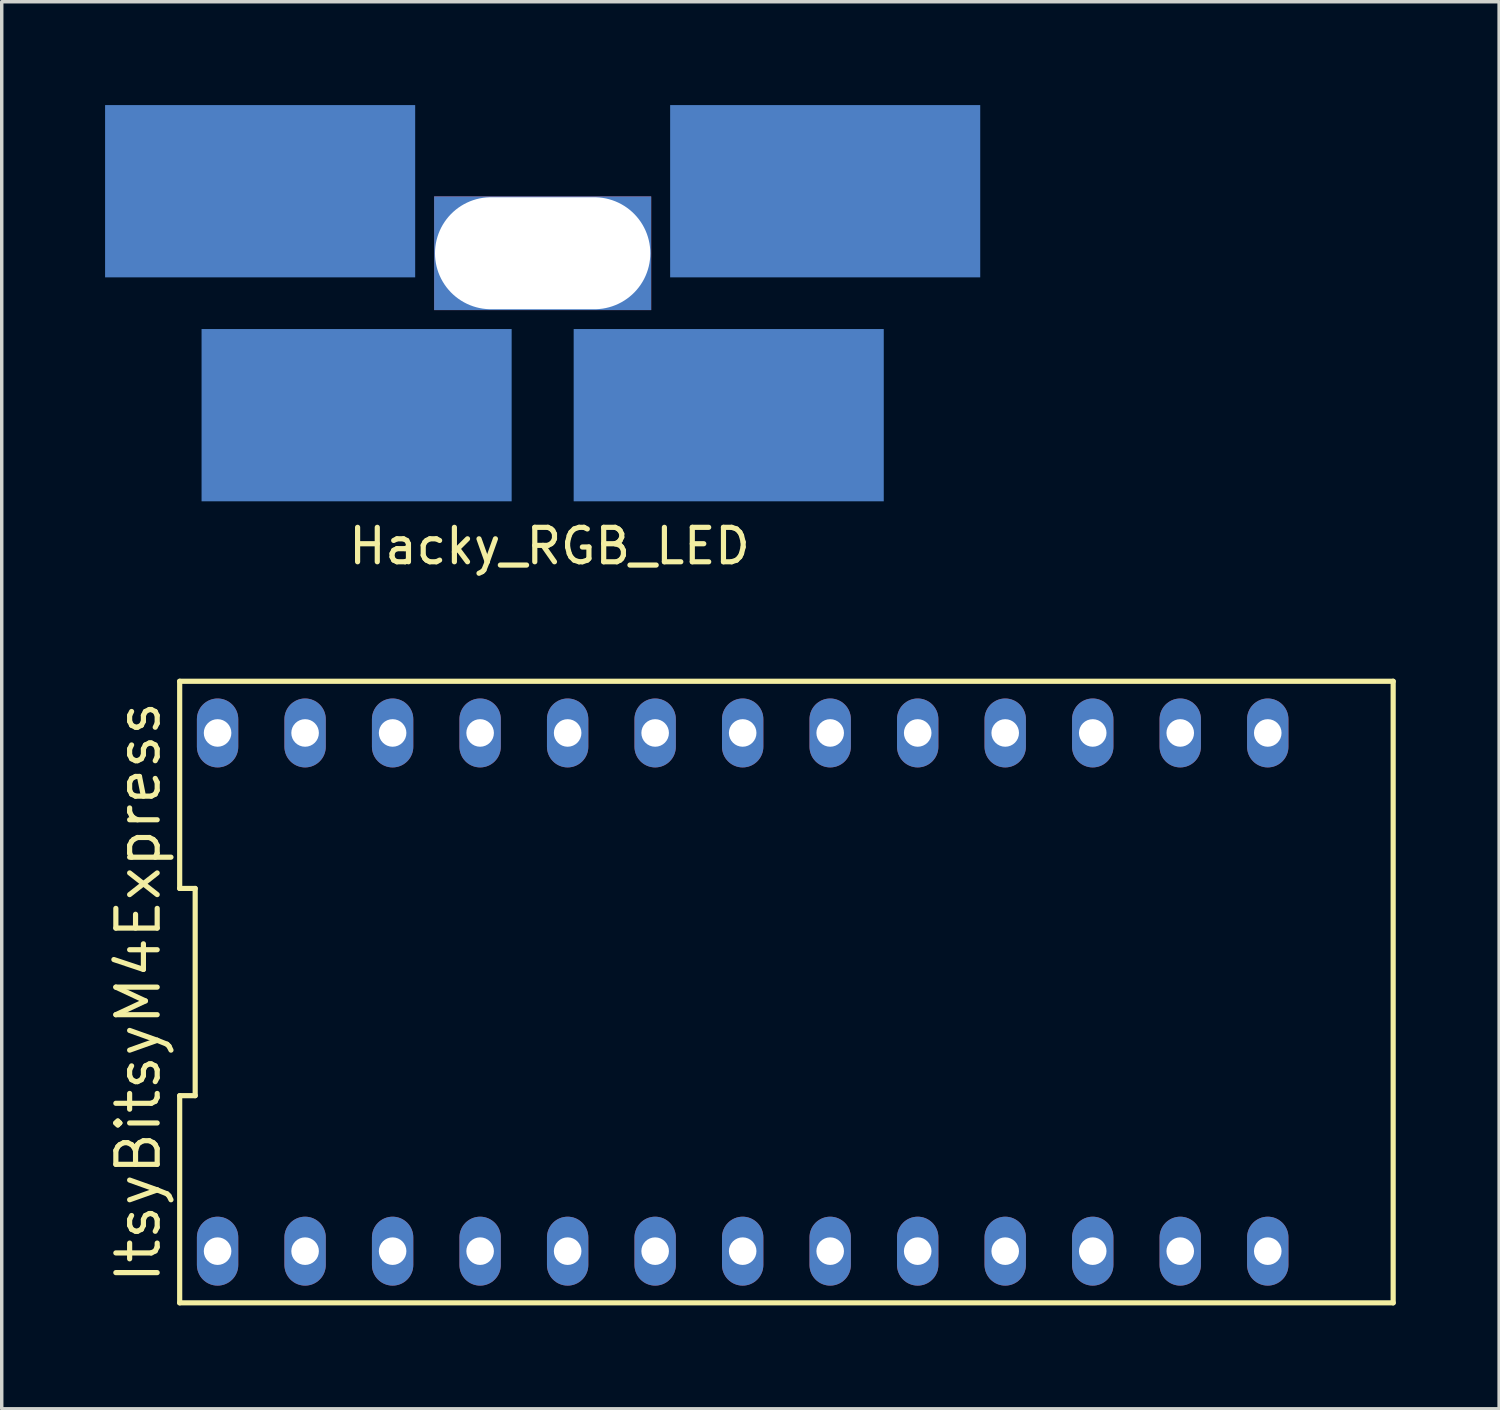
<source format=kicad_pcb>
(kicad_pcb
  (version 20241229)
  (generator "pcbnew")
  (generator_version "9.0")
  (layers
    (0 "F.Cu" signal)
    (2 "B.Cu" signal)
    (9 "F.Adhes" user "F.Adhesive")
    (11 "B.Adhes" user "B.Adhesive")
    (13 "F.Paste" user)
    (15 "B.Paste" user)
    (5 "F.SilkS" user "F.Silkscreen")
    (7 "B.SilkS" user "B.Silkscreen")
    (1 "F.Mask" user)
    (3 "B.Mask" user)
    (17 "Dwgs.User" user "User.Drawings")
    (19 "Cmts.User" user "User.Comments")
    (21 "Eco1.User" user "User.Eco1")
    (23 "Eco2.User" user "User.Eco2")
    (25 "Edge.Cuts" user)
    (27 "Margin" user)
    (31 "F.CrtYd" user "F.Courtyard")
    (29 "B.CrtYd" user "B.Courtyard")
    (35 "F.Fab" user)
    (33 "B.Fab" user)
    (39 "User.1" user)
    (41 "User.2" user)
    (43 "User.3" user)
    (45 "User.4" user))
  (footprint "Hacky_RGB_LED"
    (layer "F.Cu")
    (at 12.7 4.3)
    (property "Reference" "Hacky_RGB_LED" (at 0.2 8.5 0) (layer "F.SilkS") (effects (font (size 1 1) (thickness 0.15))))
    (attr through_hole)
    (pad "" smd rect (at -8.2 -1.8) (size 9 5) (layers "F.Mask" "B.Cu" "F.Paste"))
    (pad "" smd rect (at -5.4 4.7) (size 9 5) (layers "B.Cu" "B.Mask" "F.Paste"))
    (pad "" np_thru_hole rect (at 0 0) (size 6.3 3.3) (drill oval 6.25 3.25) (layers "*.Cu" "*.Mask"))
    (pad "" smd rect (at 5.4 4.7) (size 9 5) (layers "B.Cu" "B.Mask" "F.Paste"))
    (pad "" smd rect (at 8.2 -1.8) (size 9 5) (layers "B.Cu" "B.Mask" "F.Paste")))
  (footprint "ItsyBitsyM4Express"
    (layer "F.Cu")
    (at 19.775 25.743)
    (property "Reference" "ItsyBitsyM4Express" (at -18.81 0 90) (layer "F.SilkS") (effects (font (size 1.2 1.2) (thickness 0.15))))
    (attr through_hole)
    (fp_line (start -17.61 -9.02) (end -17.61 -3.007) (stroke (width 0.15) (type solid)) (layer "F.SilkS"))
    (fp_line (start -17.61 -3.007) (end -17.16 -3.007) (stroke (width 0.15) (type solid)) (layer "F.SilkS"))
    (fp_line (start -17.61 3.007) (end -17.61 9.02) (stroke (width 0.15) (type solid)) (layer "F.SilkS"))
    (fp_line (start -17.61 9.02) (end 17.61 9.02) (stroke (width 0.15) (type solid)) (layer "F.SilkS"))
    (fp_line (start -17.16 -3.007) (end -17.16 3.007) (stroke (width 0.15) (type solid)) (layer "F.SilkS"))
    (fp_line (start -17.16 3.007) (end -17.61 3.007) (stroke (width 0.15) (type solid)) (layer "F.SilkS"))
    (fp_line (start 17.61 -9.02) (end -17.61 -9.02) (stroke (width 0.15) (type solid)) (layer "F.SilkS"))
    (fp_line (start 17.61 9.02) (end 17.61 -9.02) (stroke (width 0.15) (type solid)) (layer "F.SilkS"))
    (pad "1" thru_hole oval (at -16.51 7.52) (size 1.2 2) (drill 0.8) (layers "*.Cu" "*.Mask"))
    (pad "2" thru_hole oval (at -13.97 7.52) (size 1.2 2) (drill 0.8) (layers "*.Cu" "*.Mask"))
    (pad "3" thru_hole oval (at -11.43 7.52) (size 1.2 2) (drill 0.8) (layers "*.Cu" "*.Mask"))
    (pad "4" thru_hole oval (at -8.89 7.52) (size 1.2 2) (drill 0.8) (layers "*.Cu" "*.Mask"))
    (pad "5" thru_hole oval (at -6.35 7.52) (size 1.2 2) (drill 0.8) (layers "*.Cu" "*.Mask"))
    (pad "6" thru_hole oval (at -3.81 7.52) (size 1.2 2) (drill 0.8) (layers "*.Cu" "*.Mask"))
    (pad "7" thru_hole oval (at -1.27 7.52) (size 1.2 2) (drill 0.8) (layers "*.Cu" "*.Mask"))
    (pad "8" thru_hole oval (at 1.27 7.52) (size 1.2 2) (drill 0.8) (layers "*.Cu" "*.Mask"))
    (pad "9" thru_hole oval (at 3.81 7.52) (size 1.2 2) (drill 0.8) (layers "*.Cu" "*.Mask"))
    (pad "10" thru_hole oval (at 6.35 7.52) (size 1.2 2) (drill 0.8) (layers "*.Cu" "*.Mask"))
    (pad "11" thru_hole oval (at 8.89 7.52) (size 1.2 2) (drill 0.8) (layers "*.Cu" "*.Mask"))
    (pad "12" thru_hole oval (at 11.43 7.52) (size 1.2 2) (drill 0.8) (layers "*.Cu" "*.Mask"))
    (pad "13" thru_hole oval (at 13.97 7.52) (size 1.2 2) (drill 0.8) (layers "*.Cu" "*.Mask"))
    (pad "21" thru_hole oval (at 13.97 -7.52) (size 1.2 2) (drill 0.8) (layers "*.Cu" "*.Mask"))
    (pad "22" thru_hole oval (at 11.43 -7.52) (size 1.2 2) (drill 0.8) (layers "*.Cu" "*.Mask"))
    (pad "23" thru_hole oval (at 8.89 -7.52) (size 1.2 2) (drill 0.8) (layers "*.Cu" "*.Mask"))
    (pad "24" thru_hole oval (at 6.35 -7.52) (size 1.2 2) (drill 0.8) (layers "*.Cu" "*.Mask"))
    (pad "25" thru_hole oval (at 3.81 -7.52) (size 1.2 2) (drill 0.8) (layers "*.Cu" "*.Mask"))
    (pad "26" thru_hole oval (at 1.27 -7.52) (size 1.2 2) (drill 0.8) (layers "*.Cu" "*.Mask"))
    (pad "27" thru_hole oval (at -1.27 -7.52) (size 1.2 2) (drill 0.8) (layers "*.Cu" "*.Mask"))
    (pad "28" thru_hole oval (at -3.81 -7.52) (size 1.2 2) (drill 0.8) (layers "*.Cu" "*.Mask"))
    (pad "29" thru_hole oval (at -6.35 -7.52) (size 1.2 2) (drill 0.8) (layers "*.Cu" "*.Mask"))
    (pad "30" thru_hole oval (at -8.89 -7.52) (size 1.2 2) (drill 0.8) (layers "*.Cu" "*.Mask"))
    (pad "31" thru_hole oval (at -11.43 -7.52) (size 1.2 2) (drill 0.8) (layers "*.Cu" "*.Mask"))
    (pad "32" thru_hole oval (at -13.97 -7.52) (size 1.2 2) (drill 0.8) (layers "*.Cu" "*.Mask"))
    (pad "33" thru_hole oval (at -16.51 -7.52) (size 1.2 2) (drill 0.8) (layers "*.Cu" "*.Mask")))
  (gr_rect
    (start -3 -3)
    (end 40.46 37.838)
    (stroke (width 0.1) (type default))
    (fill no)
    (layer "Edge.Cuts")))
</source>
